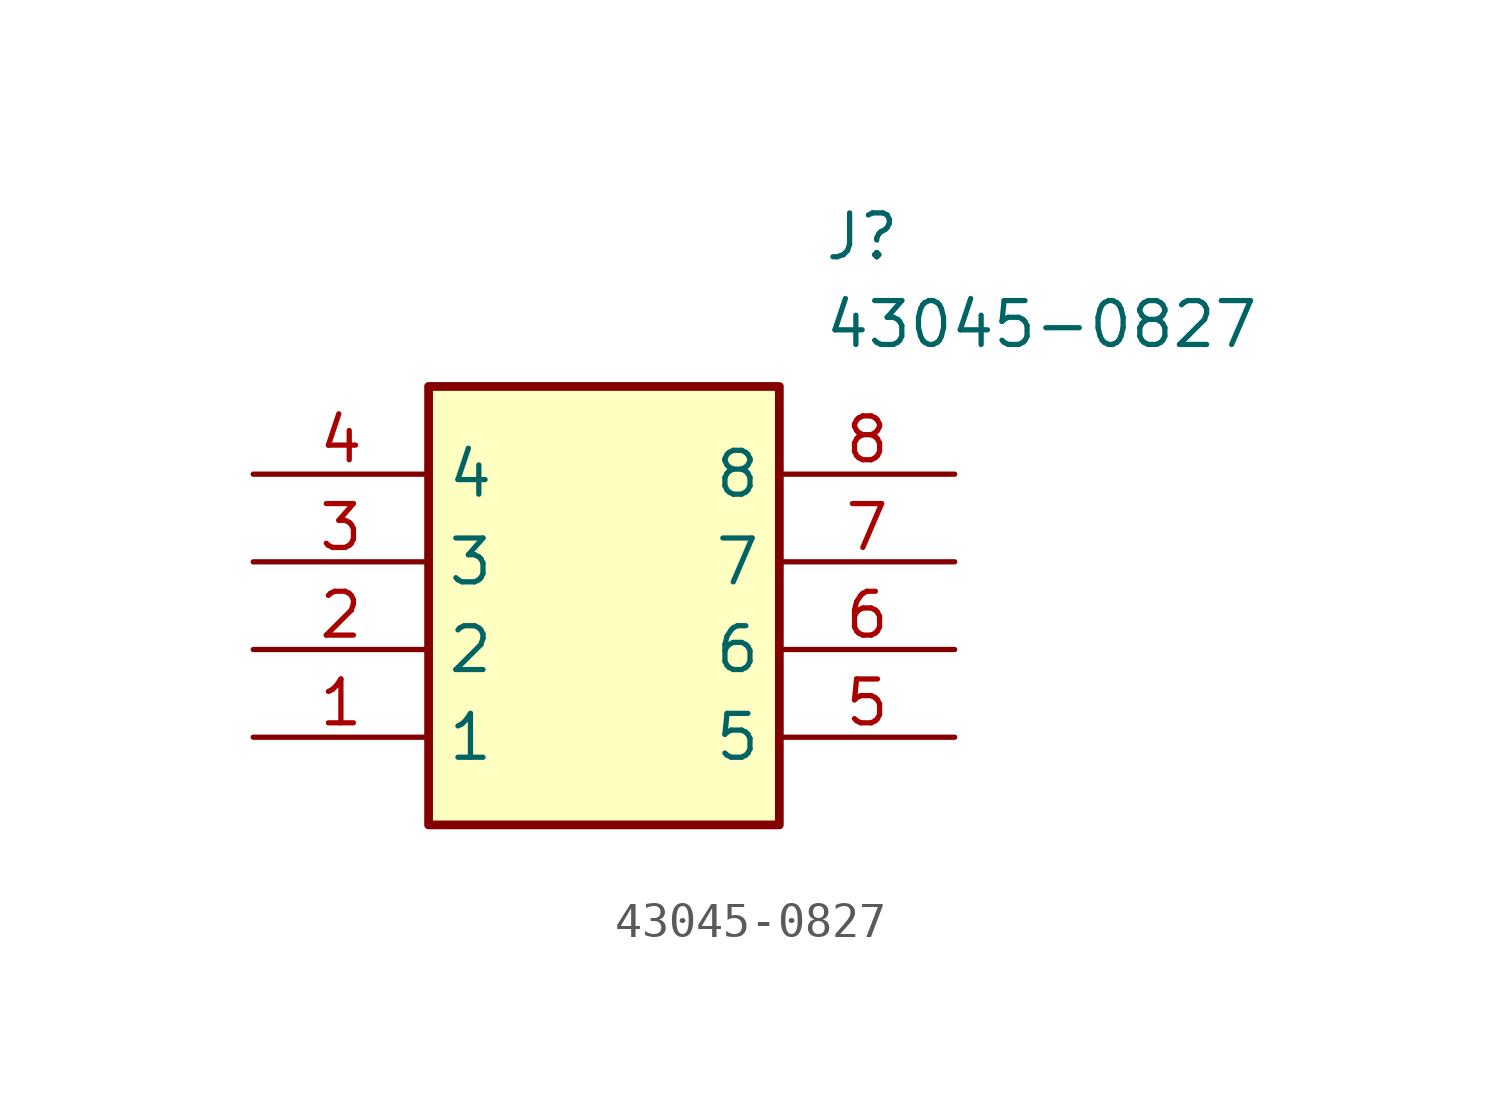
<source format=kicad_sym>
(kicad_symbol_lib
  (version 20211014)
  (generator SamacSys_ECAD_Model)
  (symbol "43045-0827"
    (property "Reference" "J"
      (at 16.51 7.62 0)
      (effects (font (size 1.27 1.27)) (justify left top)))
    (property "Value" "43045-0827"
      (at 16.51 5.08 0)
      (effects (font (size 1.27 1.27)) (justify left top)))
    (rectangle
      (start 5.08 2.54)
      (end 15.24 -10.16)
      (stroke (width 0.254) (type default))
      (fill (type background)))
    (pin passive line
      (at 0 -7.62 0)
      (length 5.08)
      (name "1" (effects (font (size 1.27 1.27))))
      (number "1" (effects (font (size 1.27 1.27)))))
    (pin passive line
      (at 0 -5.08 0)
      (length 5.08)
      (name "2" (effects (font (size 1.27 1.27))))
      (number "2" (effects (font (size 1.27 1.27)))))
    (pin passive line
      (at 0 -2.54 0)
      (length 5.08)
      (name "3" (effects (font (size 1.27 1.27))))
      (number "3" (effects (font (size 1.27 1.27)))))
    (pin passive line
      (at 0 0 0)
      (length 5.08)
      (name "4" (effects (font (size 1.27 1.27))))
      (number "4" (effects (font (size 1.27 1.27)))))
    (pin passive line
      (at 20.32 -7.62 180)
      (length 5.08)
      (name "5" (effects (font (size 1.27 1.27))))
      (number "5" (effects (font (size 1.27 1.27)))))
    (pin passive line
      (at 20.32 -5.08 180)
      (length 5.08)
      (name "6" (effects (font (size 1.27 1.27))))
      (number "6" (effects (font (size 1.27 1.27)))))
    (pin passive line
      (at 20.32 -2.54 180)
      (length 5.08)
      (name "7" (effects (font (size 1.27 1.27))))
      (number "7" (effects (font (size 1.27 1.27)))))
    (pin passive line
      (at 20.32 0 180)
      (length 5.08)
      (name "8" (effects (font (size 1.27 1.27))))
      (number "8" (effects (font (size 1.27 1.27)))))))
</source>
